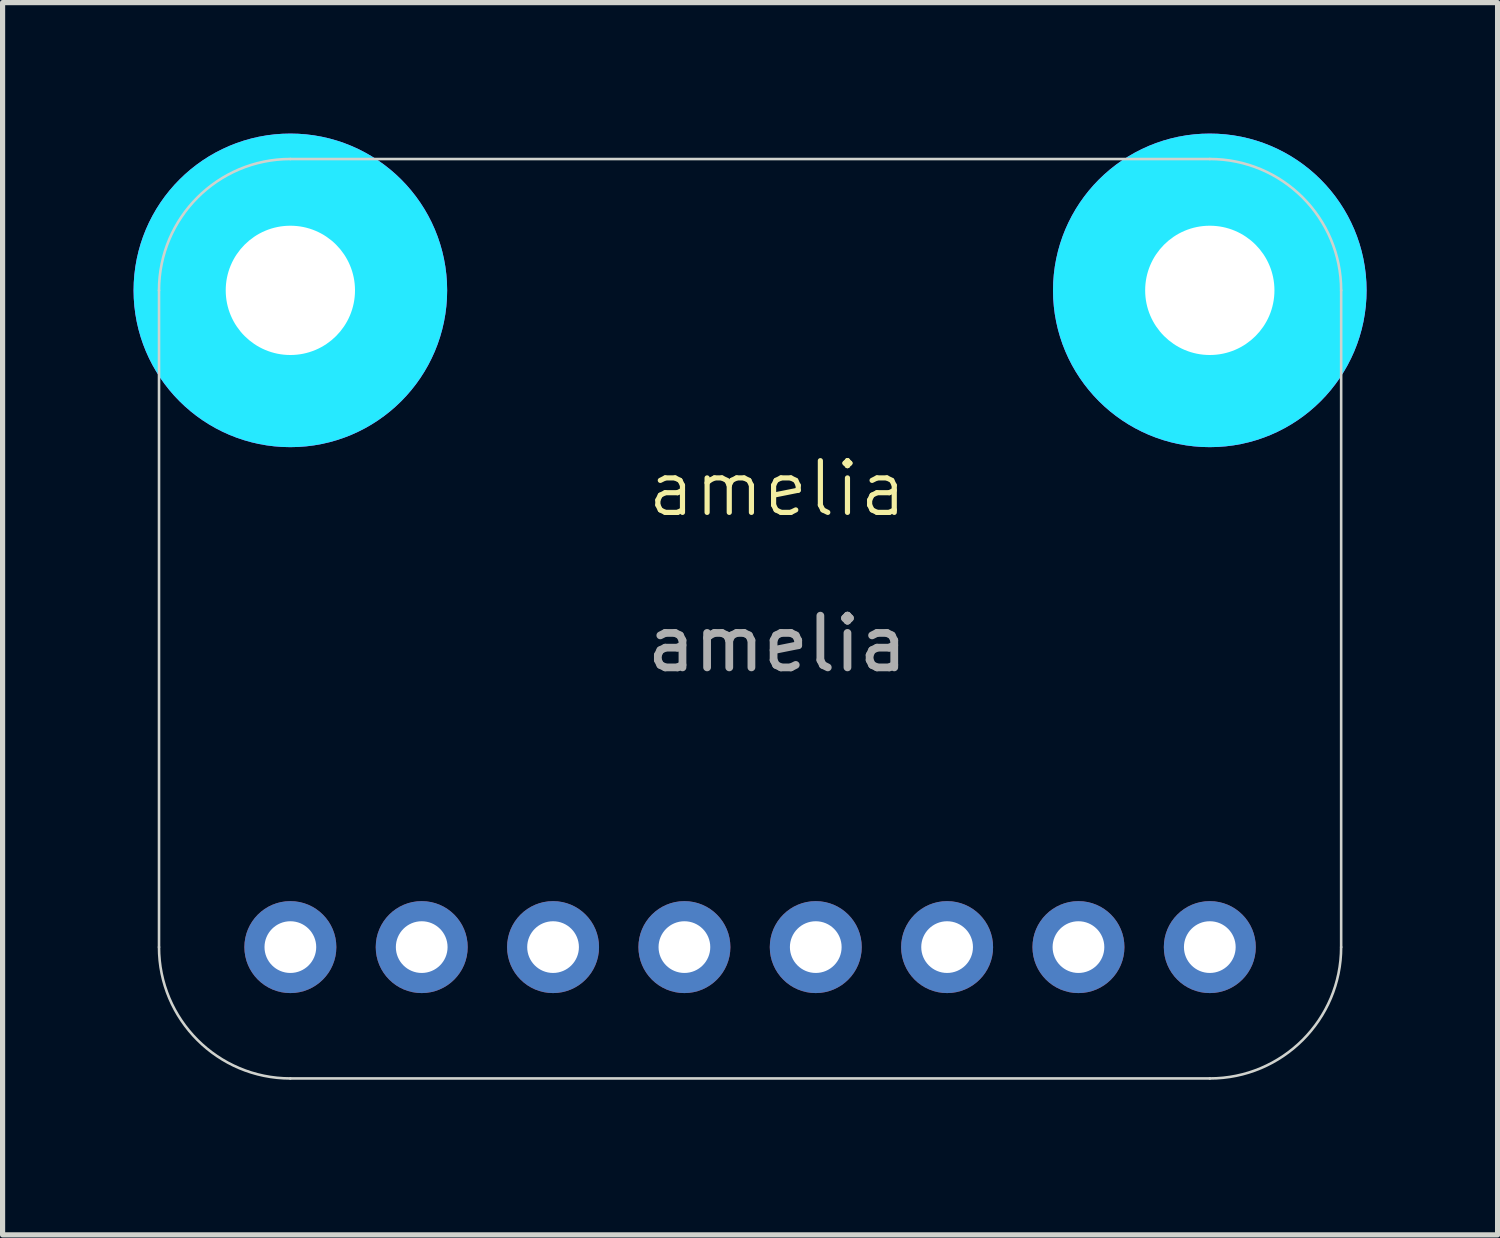
<source format=kicad_pcb>
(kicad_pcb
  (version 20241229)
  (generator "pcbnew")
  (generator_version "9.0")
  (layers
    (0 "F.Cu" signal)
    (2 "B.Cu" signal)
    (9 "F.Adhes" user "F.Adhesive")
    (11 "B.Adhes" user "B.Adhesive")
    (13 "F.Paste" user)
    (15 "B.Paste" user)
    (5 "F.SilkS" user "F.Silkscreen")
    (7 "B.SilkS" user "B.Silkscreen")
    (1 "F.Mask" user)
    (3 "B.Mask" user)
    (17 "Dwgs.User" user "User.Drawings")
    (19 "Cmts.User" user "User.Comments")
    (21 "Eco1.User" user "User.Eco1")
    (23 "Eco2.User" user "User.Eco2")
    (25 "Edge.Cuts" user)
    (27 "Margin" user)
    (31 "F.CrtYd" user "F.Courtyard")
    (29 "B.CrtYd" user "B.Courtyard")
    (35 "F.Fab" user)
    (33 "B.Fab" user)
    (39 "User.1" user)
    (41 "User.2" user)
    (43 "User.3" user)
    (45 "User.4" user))
  (footprint "amelia"
    (layer "F.Cu")
    (at 11.981 6.901)
    (property "Reference" "amelia" (at 0 -0.5 0) (unlocked yes) (layer "F.SilkS") (effects (font (size 1 1) (thickness 0.1))))
    (attr smd)
    (fp_circle (center -9.416 -4.336) (end -7.416 -4.336) (stroke (width 0.203) (type solid)) (fill no) (layer "F.SilkS"))
    (fp_circle (center 8.364 -4.336) (end 10.364 -4.336) (stroke (width 0.203) (type solid)) (fill no) (layer "F.SilkS"))
    (fp_line (start -11.956 8.364) (end -11.956 -4.336) (stroke (width 0.05) (type solid)) (layer "Edge.Cuts"))
    (fp_line (start -9.416 -6.876) (end 8.364 -6.876) (stroke (width 0.05) (type solid)) (layer "Edge.Cuts"))
    (fp_line (start 8.364 10.904) (end -9.416 10.904) (stroke (width 0.05) (type solid)) (layer "Edge.Cuts"))
    (fp_line (start 10.904 -4.336) (end 10.904 8.364) (stroke (width 0.05) (type solid)) (layer "Edge.Cuts"))
    (fp_arc (start -11.956051 -4.336051) (mid -11.212102 -6.132102) (end -9.416051 -6.876051) (stroke (width 0.05) (type solid)) (layer "Edge.Cuts"))
    (fp_arc (start -9.416051 10.903949) (mid -11.212102 10.16) (end -11.956051 8.363949) (stroke (width 0.05) (type solid)) (layer "Edge.Cuts"))
    (fp_arc (start 8.363949 -6.876051) (mid 10.16 -6.132102) (end 10.903949 -4.336051) (stroke (width 0.05) (type solid)) (layer "Edge.Cuts"))
    (fp_arc (start 10.903949 8.363949) (mid 10.16 10.16) (end 8.363949 10.903949) (stroke (width 0.05) (type solid)) (layer "Edge.Cuts"))
    (fp_circle (center -9.416 -4.336) (end -8.416 -4.336) (stroke (width 2.032) (type solid)) (fill no) (layer "B.CrtYd"))
    (fp_circle (center 8.364 -4.336) (end 9.364 -4.336) (stroke (width 2.032) (type solid)) (fill no) (layer "B.CrtYd"))
    (fp_circle (center -9.416 -4.336) (end -8.416 -4.336) (stroke (width 2.032) (type solid)) (fill no) (layer "F.CrtYd"))
    (fp_circle (center 8.364 -4.336) (end 9.364 -4.336) (stroke (width 2.032) (type solid)) (fill no) (layer "F.CrtYd"))
    (fp_text user "${REFERENCE}" (at 0 2.5 0) (unlocked yes) (layer "F.Fab") (effects (font (size 1 1) (thickness 0.15))))
    (pad "1" thru_hole circle (at -9.416 8.364 90) (size 1.778 1.778) (drill 1) (layers "*.Cu" "*.Mask"))
    (pad "2" thru_hole circle (at -6.876 8.364 90) (size 1.778 1.778) (drill 1) (layers "*.Cu" "*.Mask"))
    (pad "3" thru_hole circle (at -4.336 8.364 90) (size 1.778 1.778) (drill 1) (layers "*.Cu" "*.Mask"))
    (pad "4" thru_hole circle (at -1.796 8.364 90) (size 1.778 1.778) (drill 1) (layers "*.Cu" "*.Mask"))
    (pad "5" thru_hole circle (at 0.744 8.364 90) (size 1.778 1.778) (drill 1) (layers "*.Cu" "*.Mask"))
    (pad "6" thru_hole circle (at 3.284 8.364 90) (size 1.778 1.778) (drill 1) (layers "*.Cu" "*.Mask"))
    (pad "7" thru_hole circle (at 5.824 8.364 90) (size 1.778 1.778) (drill 1) (layers "*.Cu" "*.Mask"))
    (pad "8" thru_hole circle (at 8.364 8.364 90) (size 1.778 1.778) (drill 1) (layers "*.Cu" "*.Mask"))
    (pad "P$1" thru_hole circle (at -9.416 -4.336) (size 3.2 3.2) (drill 2.5) (layers "*.Cu" "*.Mask"))
    (pad "P$1" thru_hole circle (at 8.364 -4.336) (size 3.2 3.2) (drill 2.5) (layers "*.Cu" "*.Mask"))
    (zone (net_name "") (layer "F.Cu") (hatch edge 0.5) (connect_pads) (min_thickness 0.25) (filled_areas_thickness no) (keepout (tracks not_allowed) (vias not_allowed) (pads not_allowed) (copperpour not_allowed) (footprints allowed)) (placement (enabled no)) (fill) (polygon (pts (xy 4.581 2.565) (xy 4.561 2.284) (xy 4.503 2.009) (xy 4.407 1.745) (xy 4.275 1.497) (xy 4.109 1.269) (xy 3.914 1.067) (xy 3.692 0.894) (xy 3.449 0.753) (xy 3.188 0.648) (xy 2.915 0.58) (xy 2.635 0.55) (xy 2.354 0.56) (xy 2.077 0.609) (xy 1.81 0.696) (xy 1.557 0.819) (xy 1.324 0.976) (xy 1.115 1.165) (xy 0.934 1.38) (xy 0.785 1.619) (xy 0.671 1.875) (xy 0.593 2.146) (xy 0.554 2.424) (xy 0.554 2.706) (xy 0.593 2.984) (xy 0.671 3.255) (xy 0.785 3.511) (xy 0.934 3.75) (xy 1.115 3.965) (xy 1.324 4.154) (xy 1.557 4.311) (xy 1.81 4.434) (xy 2.077 4.521) (xy 2.354 4.57) (xy 2.635 4.58) (xy 2.915 4.55) (xy 3.188 4.482) (xy 3.449 4.377) (xy 3.692 4.236) (xy 3.914 4.063) (xy 4.109 3.861) (xy 4.275 3.633) (xy 4.407 3.385) (xy 4.503 3.121) (xy 4.561 2.846))) (polygon (pts (xy 2.549 2.565) (xy 2.554 2.576) (xy 2.565 2.581) (xy 2.576 2.576) (xy 2.581 2.565) (xy 2.576 2.554) (xy 2.565 2.549) (xy 2.554 2.554))))
    (zone (net_name "") (layer "F.Cu") (hatch edge 0.5) (connect_pads) (min_thickness 0.25) (filled_areas_thickness no) (keepout (tracks not_allowed) (vias not_allowed) (pads not_allowed) (copperpour not_allowed) (footprints allowed)) (placement (enabled no)) (fill) (polygon (pts (xy 22.361 2.565) (xy 22.341 2.284) (xy 22.283 2.009) (xy 22.187 1.745) (xy 22.055 1.497) (xy 21.889 1.269) (xy 21.694 1.067) (xy 21.472 0.894) (xy 21.229 0.753) (xy 20.968 0.648) (xy 20.695 0.58) (xy 20.415 0.55) (xy 20.134 0.56) (xy 19.857 0.609) (xy 19.59 0.696) (xy 19.337 0.819) (xy 19.104 0.976) (xy 18.895 1.165) (xy 18.714 1.38) (xy 18.565 1.619) (xy 18.451 1.875) (xy 18.373 2.146) (xy 18.334 2.424) (xy 18.334 2.706) (xy 18.373 2.984) (xy 18.451 3.255) (xy 18.565 3.511) (xy 18.714 3.75) (xy 18.895 3.965) (xy 19.104 4.154) (xy 19.337 4.311) (xy 19.59 4.434) (xy 19.857 4.521) (xy 20.134 4.57) (xy 20.415 4.58) (xy 20.695 4.55) (xy 20.968 4.482) (xy 21.229 4.377) (xy 21.472 4.236) (xy 21.694 4.063) (xy 21.889 3.861) (xy 22.055 3.633) (xy 22.187 3.385) (xy 22.283 3.121) (xy 22.341 2.846))) (polygon (pts (xy 20.329 2.565) (xy 20.334 2.576) (xy 20.345 2.581) (xy 20.356 2.576) (xy 20.361 2.565) (xy 20.356 2.554) (xy 20.345 2.549) (xy 20.334 2.554))))
    (zone (net_name "") (layer "B.Cu") (hatch edge 0.5) (connect_pads) (min_thickness 0.25) (filled_areas_thickness no) (keepout (tracks not_allowed) (vias not_allowed) (pads not_allowed) (copperpour not_allowed) (footprints allowed)) (placement (enabled no)) (fill) (polygon (pts (xy 4.581 2.565) (xy 4.561 2.284) (xy 4.503 2.009) (xy 4.407 1.745) (xy 4.275 1.497) (xy 4.109 1.269) (xy 3.914 1.067) (xy 3.692 0.894) (xy 3.449 0.753) (xy 3.188 0.648) (xy 2.915 0.58) (xy 2.635 0.55) (xy 2.354 0.56) (xy 2.077 0.609) (xy 1.81 0.696) (xy 1.557 0.819) (xy 1.324 0.976) (xy 1.115 1.165) (xy 0.934 1.38) (xy 0.785 1.619) (xy 0.671 1.875) (xy 0.593 2.146) (xy 0.554 2.424) (xy 0.554 2.706) (xy 0.593 2.984) (xy 0.671 3.255) (xy 0.785 3.511) (xy 0.934 3.75) (xy 1.115 3.965) (xy 1.324 4.154) (xy 1.557 4.311) (xy 1.81 4.434) (xy 2.077 4.521) (xy 2.354 4.57) (xy 2.635 4.58) (xy 2.915 4.55) (xy 3.188 4.482) (xy 3.449 4.377) (xy 3.692 4.236) (xy 3.914 4.063) (xy 4.109 3.861) (xy 4.275 3.633) (xy 4.407 3.385) (xy 4.503 3.121) (xy 4.561 2.846))) (polygon (pts (xy 2.549 2.565) (xy 2.554 2.576) (xy 2.565 2.581) (xy 2.576 2.576) (xy 2.581 2.565) (xy 2.576 2.554) (xy 2.565 2.549) (xy 2.554 2.554))))
    (zone (net_name "") (layer "B.Cu") (hatch edge 0.5) (connect_pads) (min_thickness 0.25) (filled_areas_thickness no) (keepout (tracks not_allowed) (vias not_allowed) (pads not_allowed) (copperpour not_allowed) (footprints allowed)) (placement (enabled no)) (fill) (polygon (pts (xy 22.361 2.565) (xy 22.341 2.284) (xy 22.283 2.009) (xy 22.187 1.745) (xy 22.055 1.497) (xy 21.889 1.269) (xy 21.694 1.067) (xy 21.472 0.894) (xy 21.229 0.753) (xy 20.968 0.648) (xy 20.695 0.58) (xy 20.415 0.55) (xy 20.134 0.56) (xy 19.857 0.609) (xy 19.59 0.696) (xy 19.337 0.819) (xy 19.104 0.976) (xy 18.895 1.165) (xy 18.714 1.38) (xy 18.565 1.619) (xy 18.451 1.875) (xy 18.373 2.146) (xy 18.334 2.424) (xy 18.334 2.706) (xy 18.373 2.984) (xy 18.451 3.255) (xy 18.565 3.511) (xy 18.714 3.75) (xy 18.895 3.965) (xy 19.104 4.154) (xy 19.337 4.311) (xy 19.59 4.434) (xy 19.857 4.521) (xy 20.134 4.57) (xy 20.415 4.58) (xy 20.695 4.55) (xy 20.968 4.482) (xy 21.229 4.377) (xy 21.472 4.236) (xy 21.694 4.063) (xy 21.889 3.861) (xy 22.055 3.633) (xy 22.187 3.385) (xy 22.283 3.121) (xy 22.341 2.846))) (polygon (pts (xy 20.329 2.565) (xy 20.334 2.576) (xy 20.345 2.581) (xy 20.356 2.576) (xy 20.361 2.565) (xy 20.356 2.554) (xy 20.345 2.549) (xy 20.334 2.554)))))
  (gr_rect
    (start -3 -3)
    (end 25.91 20.83)
    (stroke (width 0.1) (type default))
    (fill no)
    (layer "Edge.Cuts")))
</source>
